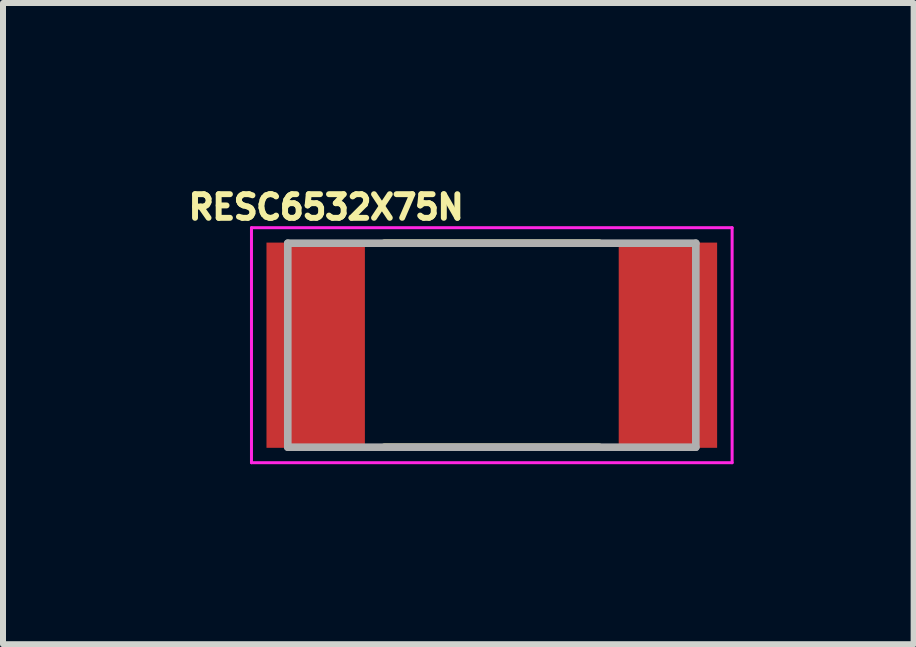
<source format=kicad_pcb>
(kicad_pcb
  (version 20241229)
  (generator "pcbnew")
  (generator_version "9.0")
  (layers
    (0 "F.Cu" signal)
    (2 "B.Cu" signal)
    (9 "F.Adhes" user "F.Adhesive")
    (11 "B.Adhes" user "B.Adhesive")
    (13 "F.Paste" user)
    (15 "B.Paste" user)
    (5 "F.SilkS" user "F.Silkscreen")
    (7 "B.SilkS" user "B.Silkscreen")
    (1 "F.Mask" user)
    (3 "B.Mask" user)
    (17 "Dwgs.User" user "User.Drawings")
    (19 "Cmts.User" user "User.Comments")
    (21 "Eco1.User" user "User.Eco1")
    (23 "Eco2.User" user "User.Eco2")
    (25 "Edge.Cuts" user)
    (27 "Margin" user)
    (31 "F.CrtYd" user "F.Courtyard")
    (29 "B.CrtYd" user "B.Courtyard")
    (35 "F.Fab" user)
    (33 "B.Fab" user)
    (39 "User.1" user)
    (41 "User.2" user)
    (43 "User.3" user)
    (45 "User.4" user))
  (footprint "RESC6532X75N"
    (layer "F.Cu")
    (at 5.146 2.703)
    (property "Reference" "RESC6532X75N" (at -2.76 -2.3 0) (layer "F.SilkS") (effects (font (size 0.394 0.394) (thickness 0.15))))
    (attr smd)
    (fp_line (start -1.79 -1.7) (end 1.79 -1.7) (stroke (width 0.127) (type solid)) (layer "F.SilkS"))
    (fp_line (start -1.79 1.7) (end 1.79 1.7) (stroke (width 0.127) (type solid)) (layer "F.SilkS"))
    (fp_line (start -4.005 -1.958) (end 4.005 -1.958) (stroke (width 0.05) (type solid)) (layer "F.CrtYd"))
    (fp_line (start -4.005 1.958) (end -4.005 -1.958) (stroke (width 0.05) (type solid)) (layer "F.CrtYd"))
    (fp_line (start -4.005 1.958) (end 4.005 1.958) (stroke (width 0.05) (type solid)) (layer "F.CrtYd"))
    (fp_line (start 4.005 1.958) (end 4.005 -1.958) (stroke (width 0.05) (type solid)) (layer "F.CrtYd"))
    (fp_line (start -3.4 1.7) (end -3.4 -1.7) (stroke (width 0.127) (type solid)) (layer "F.Fab"))
    (fp_line (start 3.4 -1.7) (end -3.4 -1.7) (stroke (width 0.127) (type solid)) (layer "F.Fab"))
    (fp_line (start 3.4 1.7) (end -3.4 1.7) (stroke (width 0.127) (type solid)) (layer "F.Fab"))
    (fp_line (start 3.4 1.7) (end 3.4 -1.7) (stroke (width 0.127) (type solid)) (layer "F.Fab"))
    (pad "1" smd rect (at -2.935 0) (size 1.64 3.42) (layers "F.Cu" "F.Mask" "F.Paste"))
    (pad "2" smd rect (at 2.935 0) (size 1.64 3.42) (layers "F.Cu" "F.Mask" "F.Paste")))
  (gr_rect
    (start -3 -3)
    (end 12.176 7.686)
    (stroke (width 0.1) (type default))
    (fill no)
    (layer "Edge.Cuts")))
</source>
